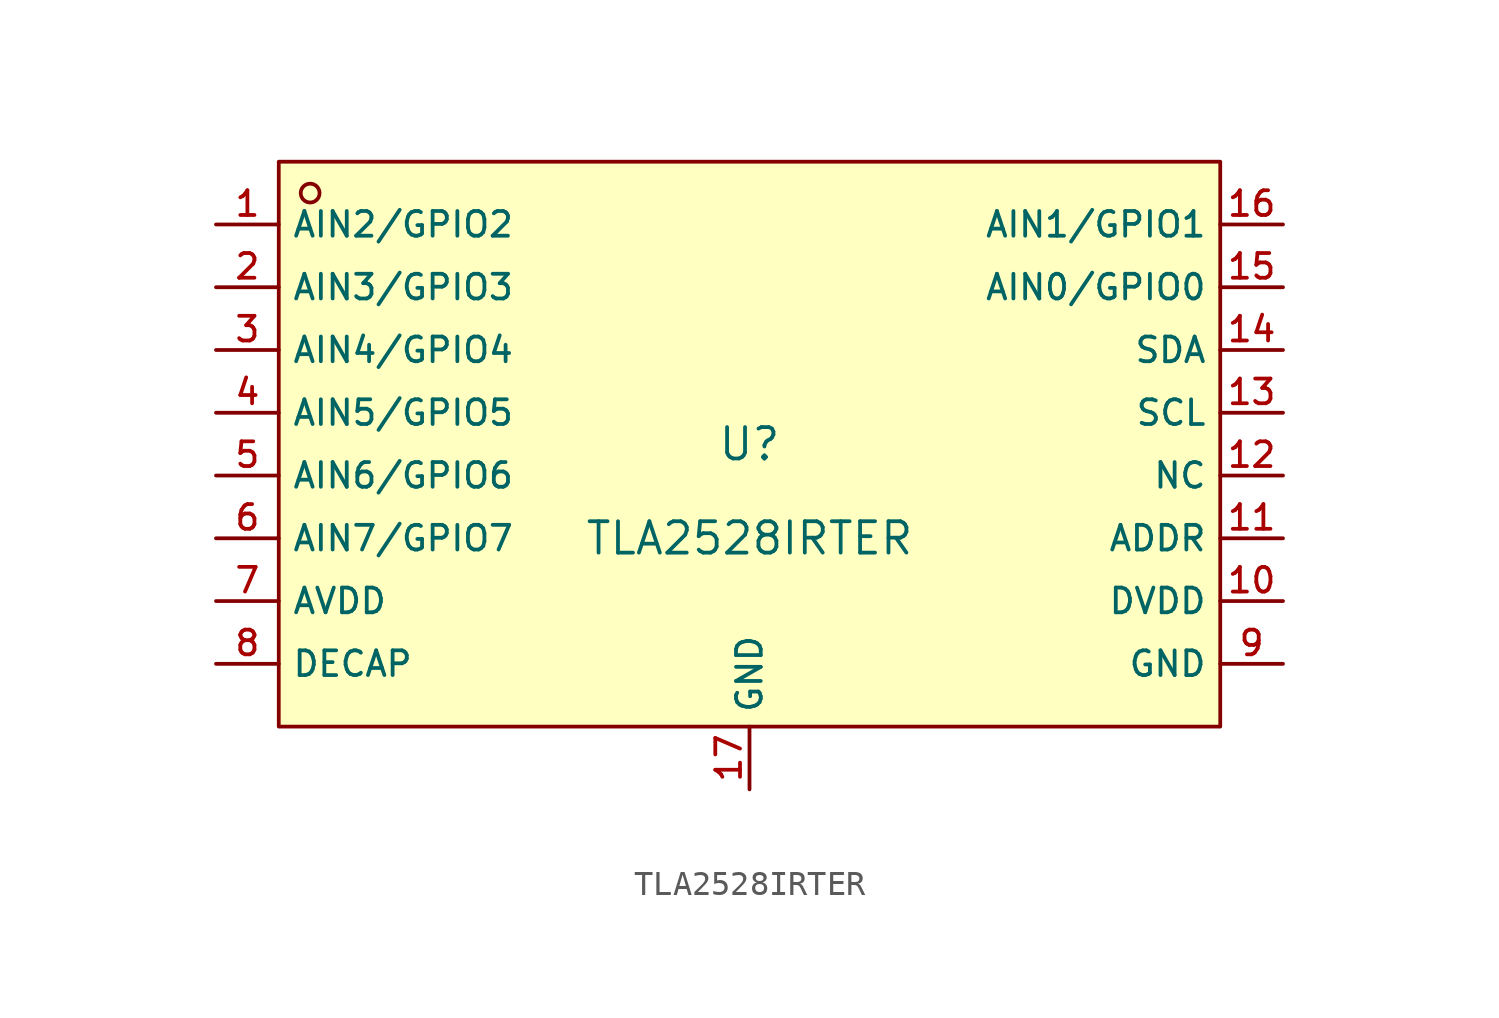
<source format=kicad_sym>
(kicad_symbol_lib
  (version 20210201)
  (generator TousstNicolas/JLC2KiCad_lib)
  (symbol "TLA2528IRTER"
    (property "Reference" "U"
      (at 0 1.27 0)
      (effects (font (size 1.27 1.27))))
    (property "Value" "TLA2528IRTER"
      (at 0 -2.54 0)
      (effects (font (size 1.27 1.27))))
    (symbol "TLA2528IRTER_0_1"
      (rectangle (start -19.05 12.7) (end 19.05 -10.16) (stroke (width 0) (type default) (color 0 0 0 0)) (fill (type background)))
      (circle (center -17.78 11.43) (radius 0.381) (stroke (width 0) (type default) (color 0 0 0 0)) (fill (type background)))
      (pin unspecified line (at -21.59 10.16 0) (length 2.54) (name "AIN2/GPIO2" (effects (font (size 1 1)))) (number "1" (effects (font (size 1 1)))))
      (pin unspecified line (at -21.59 7.62 0) (length 2.54) (name "AIN3/GPIO3" (effects (font (size 1 1)))) (number "2" (effects (font (size 1 1)))))
      (pin unspecified line (at -21.59 5.08 0) (length 2.54) (name "AIN4/GPIO4" (effects (font (size 1 1)))) (number "3" (effects (font (size 1 1)))))
      (pin unspecified line (at -21.59 2.54 0) (length 2.54) (name "AIN5/GPIO5" (effects (font (size 1 1)))) (number "4" (effects (font (size 1 1)))))
      (pin unspecified line (at -21.59 -0.0 0) (length 2.54) (name "AIN6/GPIO6" (effects (font (size 1 1)))) (number "5" (effects (font (size 1 1)))))
      (pin unspecified line (at -21.59 -2.54 0) (length 2.54) (name "AIN7/GPIO7" (effects (font (size 1 1)))) (number "6" (effects (font (size 1 1)))))
      (pin unspecified line (at -21.59 -5.08 0) (length 2.54) (name "AVDD" (effects (font (size 1 1)))) (number "7" (effects (font (size 1 1)))))
      (pin unspecified line (at -21.59 -7.62 0) (length 2.54) (name "DECAP" (effects (font (size 1 1)))) (number "8" (effects (font (size 1 1)))))
      (pin unspecified line (at 21.59 -7.62 180) (length 2.54) (name "GND" (effects (font (size 1 1)))) (number "9" (effects (font (size 1 1)))))
      (pin unspecified line (at 21.59 -5.08 180) (length 2.54) (name "DVDD" (effects (font (size 1 1)))) (number "10" (effects (font (size 1 1)))))
      (pin unspecified line (at 21.59 -2.54 180) (length 2.54) (name "ADDR" (effects (font (size 1 1)))) (number "11" (effects (font (size 1 1)))))
      (pin unspecified line (at 21.59 -0.0 180) (length 2.54) (name "NC" (effects (font (size 1 1)))) (number "12" (effects (font (size 1 1)))))
      (pin unspecified line (at 21.59 2.54 180) (length 2.54) (name "SCL" (effects (font (size 1 1)))) (number "13" (effects (font (size 1 1)))))
      (pin unspecified line (at 21.59 5.08 180) (length 2.54) (name "SDA" (effects (font (size 1 1)))) (number "14" (effects (font (size 1 1)))))
      (pin unspecified line (at 21.59 7.62 180) (length 2.54) (name "AIN0/GPIO0" (effects (font (size 1 1)))) (number "15" (effects (font (size 1 1)))))
      (pin unspecified line (at 21.59 10.16 180) (length 2.54) (name "AIN1/GPIO1" (effects (font (size 1 1)))) (number "16" (effects (font (size 1 1)))))
      (pin unspecified line (at 0.0 -12.7 90) (length 2.54) (name "GND" (effects (font (size 1 1)))) (number "17" (effects (font (size 1 1))))))))
</source>
